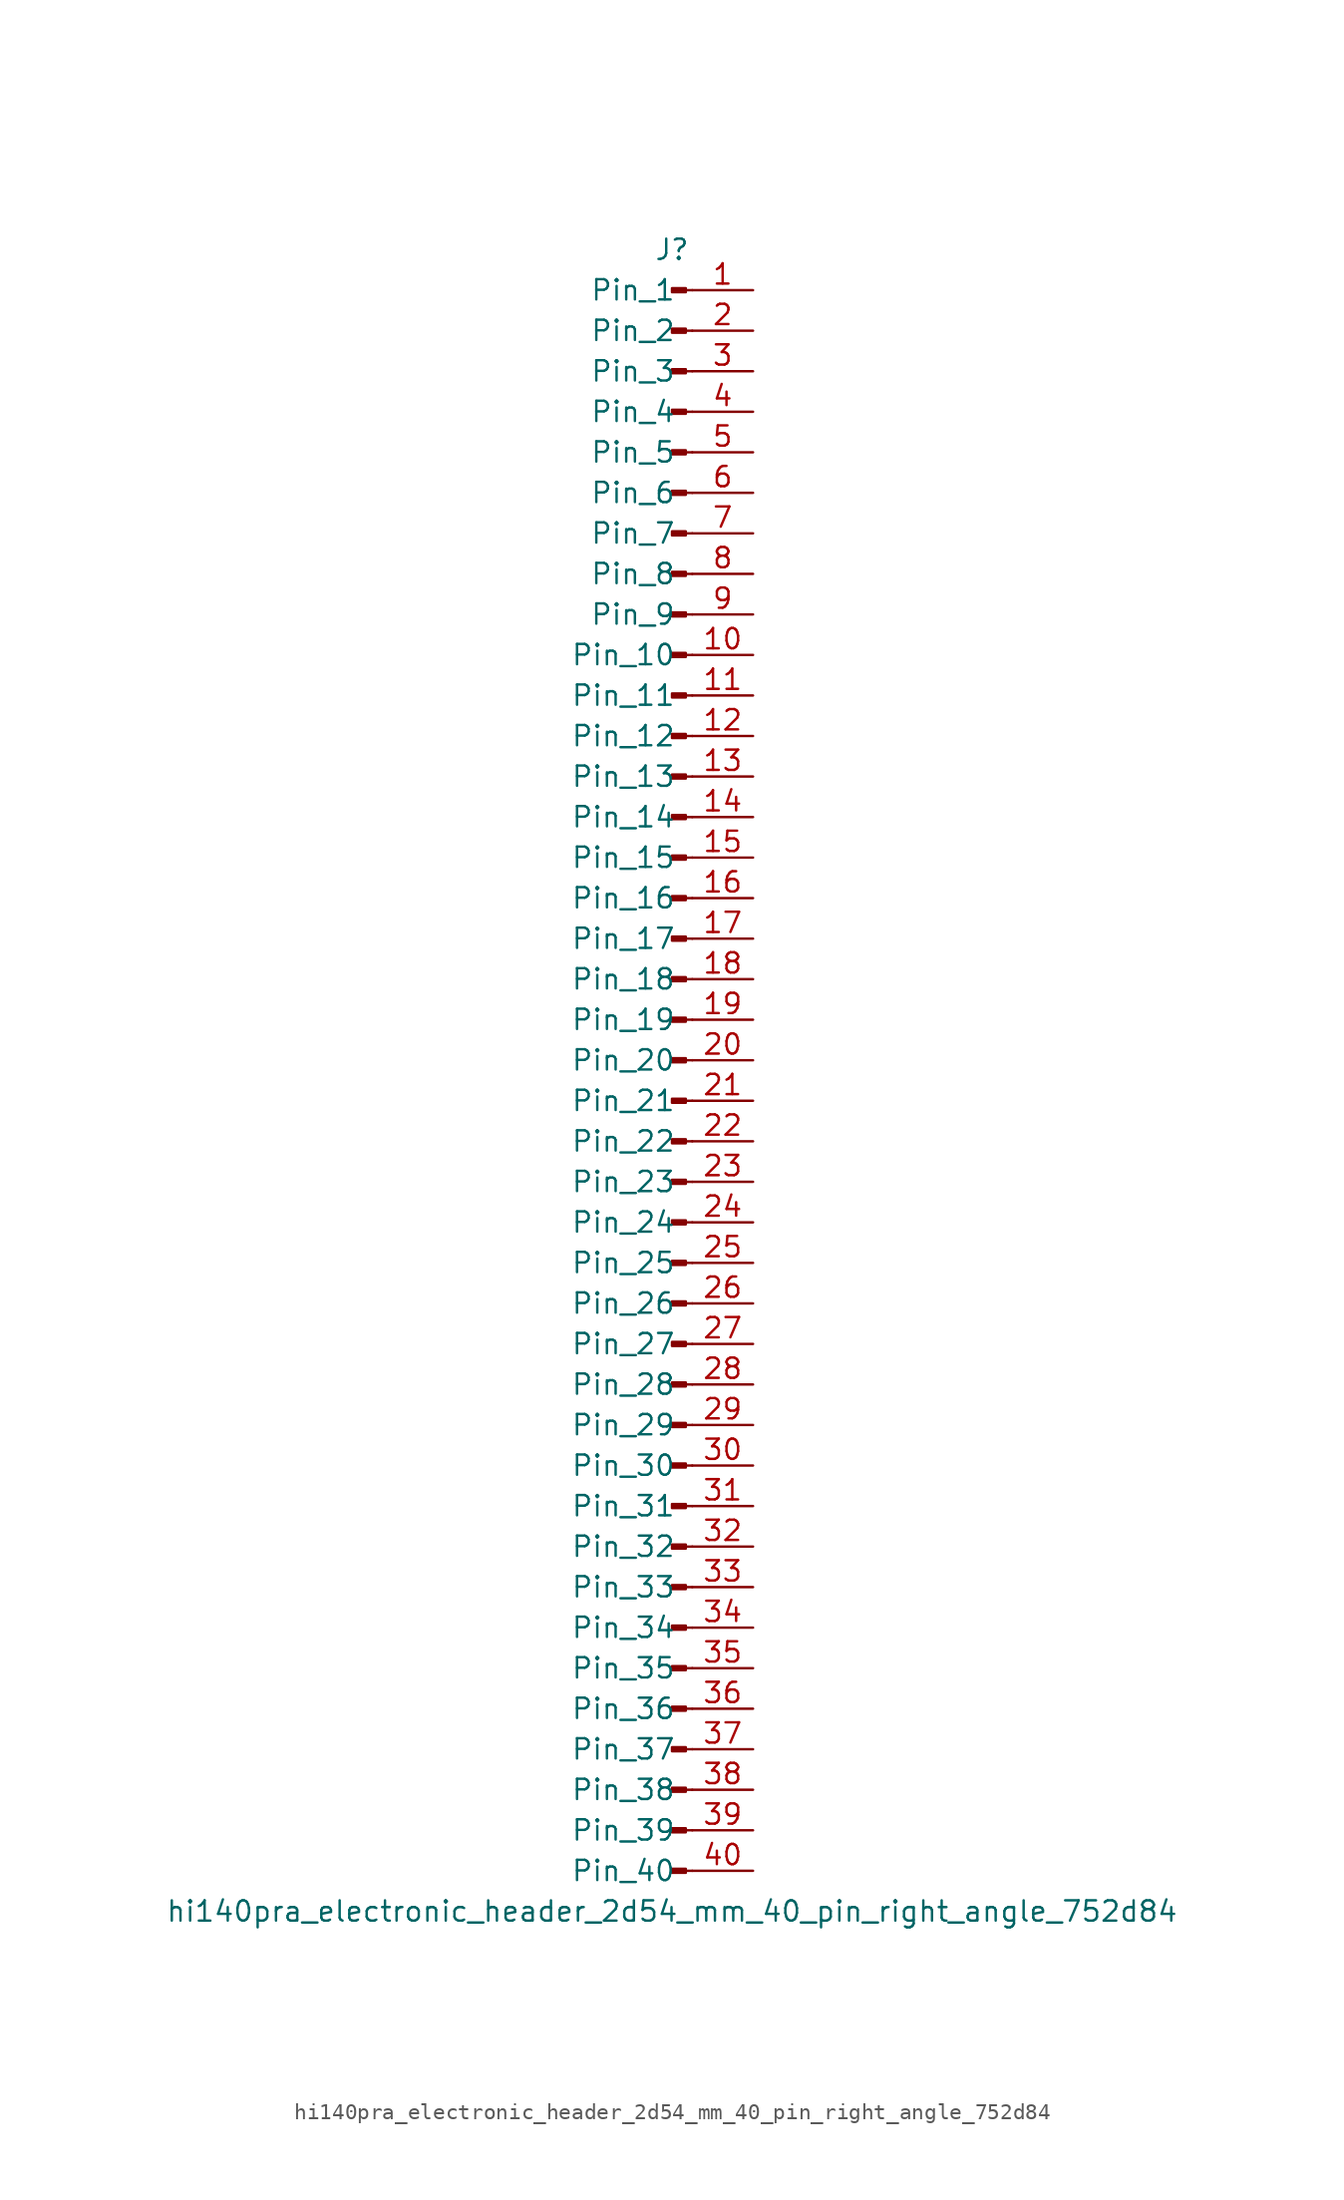
<source format=kicad_sym>
(kicad_symbol_lib
  (version 20220914)
  (generator kicad_symbol_editor)
  (symbol "hi140pra_electronic_header_2d54_mm_40_pin_right_angle_752d84"
    (pin_names
      (offset 1.016))
    (property "Reference" "J"
      (at 0 50.8 0)
      (effects (font (size 1.27 1.27))))
    (property "Value" "hi140pra_electronic_header_2d54_mm_40_pin_right_angle_752d84"
      (at 0 -53.34 0)
      (effects (font (size 1.27 1.27))))
    (property "ki_locked" ""
      (at 0 0 0)
      (effects (font (size 1.27 1.27))))
    (symbol "hi140pra_electronic_header_2d54_mm_40_pin_right_angle_752d84_1_1"
      (polyline (pts (xy 1.27 -50.8) (xy 0.864 -50.8)) (stroke (width 0.152) (type default)) (fill (type none)))
      (polyline (pts (xy 1.27 -48.26) (xy 0.864 -48.26)) (stroke (width 0.152) (type default)) (fill (type none)))
      (polyline (pts (xy 1.27 -45.72) (xy 0.864 -45.72)) (stroke (width 0.152) (type default)) (fill (type none)))
      (polyline (pts (xy 1.27 -43.18) (xy 0.864 -43.18)) (stroke (width 0.152) (type default)) (fill (type none)))
      (polyline (pts (xy 1.27 -40.64) (xy 0.864 -40.64)) (stroke (width 0.152) (type default)) (fill (type none)))
      (polyline (pts (xy 1.27 -38.1) (xy 0.864 -38.1)) (stroke (width 0.152) (type default)) (fill (type none)))
      (polyline (pts (xy 1.27 -35.56) (xy 0.864 -35.56)) (stroke (width 0.152) (type default)) (fill (type none)))
      (polyline (pts (xy 1.27 -33.02) (xy 0.864 -33.02)) (stroke (width 0.152) (type default)) (fill (type none)))
      (polyline (pts (xy 1.27 -30.48) (xy 0.864 -30.48)) (stroke (width 0.152) (type default)) (fill (type none)))
      (polyline (pts (xy 1.27 -27.94) (xy 0.864 -27.94)) (stroke (width 0.152) (type default)) (fill (type none)))
      (polyline (pts (xy 1.27 -25.4) (xy 0.864 -25.4)) (stroke (width 0.152) (type default)) (fill (type none)))
      (polyline (pts (xy 1.27 -22.86) (xy 0.864 -22.86)) (stroke (width 0.152) (type default)) (fill (type none)))
      (polyline (pts (xy 1.27 -20.32) (xy 0.864 -20.32)) (stroke (width 0.152) (type default)) (fill (type none)))
      (polyline (pts (xy 1.27 -17.78) (xy 0.864 -17.78)) (stroke (width 0.152) (type default)) (fill (type none)))
      (polyline (pts (xy 1.27 -15.24) (xy 0.864 -15.24)) (stroke (width 0.152) (type default)) (fill (type none)))
      (polyline (pts (xy 1.27 -12.7) (xy 0.864 -12.7)) (stroke (width 0.152) (type default)) (fill (type none)))
      (polyline (pts (xy 1.27 -10.16) (xy 0.864 -10.16)) (stroke (width 0.152) (type default)) (fill (type none)))
      (polyline (pts (xy 1.27 -7.62) (xy 0.864 -7.62)) (stroke (width 0.152) (type default)) (fill (type none)))
      (polyline (pts (xy 1.27 -5.08) (xy 0.864 -5.08)) (stroke (width 0.152) (type default)) (fill (type none)))
      (polyline (pts (xy 1.27 -2.54) (xy 0.864 -2.54)) (stroke (width 0.152) (type default)) (fill (type none)))
      (polyline (pts (xy 1.27 0) (xy 0.864 0)) (stroke (width 0.152) (type default)) (fill (type none)))
      (polyline (pts (xy 1.27 2.54) (xy 0.864 2.54)) (stroke (width 0.152) (type default)) (fill (type none)))
      (polyline (pts (xy 1.27 5.08) (xy 0.864 5.08)) (stroke (width 0.152) (type default)) (fill (type none)))
      (polyline (pts (xy 1.27 7.62) (xy 0.864 7.62)) (stroke (width 0.152) (type default)) (fill (type none)))
      (polyline (pts (xy 1.27 10.16) (xy 0.864 10.16)) (stroke (width 0.152) (type default)) (fill (type none)))
      (polyline (pts (xy 1.27 12.7) (xy 0.864 12.7)) (stroke (width 0.152) (type default)) (fill (type none)))
      (polyline (pts (xy 1.27 15.24) (xy 0.864 15.24)) (stroke (width 0.152) (type default)) (fill (type none)))
      (polyline (pts (xy 1.27 17.78) (xy 0.864 17.78)) (stroke (width 0.152) (type default)) (fill (type none)))
      (polyline (pts (xy 1.27 20.32) (xy 0.864 20.32)) (stroke (width 0.152) (type default)) (fill (type none)))
      (polyline (pts (xy 1.27 22.86) (xy 0.864 22.86)) (stroke (width 0.152) (type default)) (fill (type none)))
      (polyline (pts (xy 1.27 25.4) (xy 0.864 25.4)) (stroke (width 0.152) (type default)) (fill (type none)))
      (polyline (pts (xy 1.27 27.94) (xy 0.864 27.94)) (stroke (width 0.152) (type default)) (fill (type none)))
      (polyline (pts (xy 1.27 30.48) (xy 0.864 30.48)) (stroke (width 0.152) (type default)) (fill (type none)))
      (polyline (pts (xy 1.27 33.02) (xy 0.864 33.02)) (stroke (width 0.152) (type default)) (fill (type none)))
      (polyline (pts (xy 1.27 35.56) (xy 0.864 35.56)) (stroke (width 0.152) (type default)) (fill (type none)))
      (polyline (pts (xy 1.27 38.1) (xy 0.864 38.1)) (stroke (width 0.152) (type default)) (fill (type none)))
      (polyline (pts (xy 1.27 40.64) (xy 0.864 40.64)) (stroke (width 0.152) (type default)) (fill (type none)))
      (polyline (pts (xy 1.27 43.18) (xy 0.864 43.18)) (stroke (width 0.152) (type default)) (fill (type none)))
      (polyline (pts (xy 1.27 45.72) (xy 0.864 45.72)) (stroke (width 0.152) (type default)) (fill (type none)))
      (polyline (pts (xy 1.27 48.26) (xy 0.864 48.26)) (stroke (width 0.152) (type default)) (fill (type none)))
      (rectangle (start 0.864 -50.673) (end 0 -50.927) (stroke (width 0.152) (type default)) (fill (type outline)))
      (rectangle (start 0.864 -48.133) (end 0 -48.387) (stroke (width 0.152) (type default)) (fill (type outline)))
      (rectangle (start 0.864 -45.593) (end 0 -45.847) (stroke (width 0.152) (type default)) (fill (type outline)))
      (rectangle (start 0.864 -43.053) (end 0 -43.307) (stroke (width 0.152) (type default)) (fill (type outline)))
      (rectangle (start 0.864 -40.513) (end 0 -40.767) (stroke (width 0.152) (type default)) (fill (type outline)))
      (rectangle (start 0.864 -37.973) (end 0 -38.227) (stroke (width 0.152) (type default)) (fill (type outline)))
      (rectangle (start 0.864 -35.433) (end 0 -35.687) (stroke (width 0.152) (type default)) (fill (type outline)))
      (rectangle (start 0.864 -32.893) (end 0 -33.147) (stroke (width 0.152) (type default)) (fill (type outline)))
      (rectangle (start 0.864 -30.353) (end 0 -30.607) (stroke (width 0.152) (type default)) (fill (type outline)))
      (rectangle (start 0.864 -27.813) (end 0 -28.067) (stroke (width 0.152) (type default)) (fill (type outline)))
      (rectangle (start 0.864 -25.273) (end 0 -25.527) (stroke (width 0.152) (type default)) (fill (type outline)))
      (rectangle (start 0.864 -22.733) (end 0 -22.987) (stroke (width 0.152) (type default)) (fill (type outline)))
      (rectangle (start 0.864 -20.193) (end 0 -20.447) (stroke (width 0.152) (type default)) (fill (type outline)))
      (rectangle (start 0.864 -17.653) (end 0 -17.907) (stroke (width 0.152) (type default)) (fill (type outline)))
      (rectangle (start 0.864 -15.113) (end 0 -15.367) (stroke (width 0.152) (type default)) (fill (type outline)))
      (rectangle (start 0.864 -12.573) (end 0 -12.827) (stroke (width 0.152) (type default)) (fill (type outline)))
      (rectangle (start 0.864 -10.033) (end 0 -10.287) (stroke (width 0.152) (type default)) (fill (type outline)))
      (rectangle (start 0.864 -7.493) (end 0 -7.747) (stroke (width 0.152) (type default)) (fill (type outline)))
      (rectangle (start 0.864 -4.953) (end 0 -5.207) (stroke (width 0.152) (type default)) (fill (type outline)))
      (rectangle (start 0.864 -2.413) (end 0 -2.667) (stroke (width 0.152) (type default)) (fill (type outline)))
      (rectangle (start 0.864 0.127) (end 0 -0.127) (stroke (width 0.152) (type default)) (fill (type outline)))
      (rectangle (start 0.864 2.667) (end 0 2.413) (stroke (width 0.152) (type default)) (fill (type outline)))
      (rectangle (start 0.864 5.207) (end 0 4.953) (stroke (width 0.152) (type default)) (fill (type outline)))
      (rectangle (start 0.864 7.747) (end 0 7.493) (stroke (width 0.152) (type default)) (fill (type outline)))
      (rectangle (start 0.864 10.287) (end 0 10.033) (stroke (width 0.152) (type default)) (fill (type outline)))
      (rectangle (start 0.864 12.827) (end 0 12.573) (stroke (width 0.152) (type default)) (fill (type outline)))
      (rectangle (start 0.864 15.367) (end 0 15.113) (stroke (width 0.152) (type default)) (fill (type outline)))
      (rectangle (start 0.864 17.907) (end 0 17.653) (stroke (width 0.152) (type default)) (fill (type outline)))
      (rectangle (start 0.864 20.447) (end 0 20.193) (stroke (width 0.152) (type default)) (fill (type outline)))
      (rectangle (start 0.864 22.987) (end 0 22.733) (stroke (width 0.152) (type default)) (fill (type outline)))
      (rectangle (start 0.864 25.527) (end 0 25.273) (stroke (width 0.152) (type default)) (fill (type outline)))
      (rectangle (start 0.864 28.067) (end 0 27.813) (stroke (width 0.152) (type default)) (fill (type outline)))
      (rectangle (start 0.864 30.607) (end 0 30.353) (stroke (width 0.152) (type default)) (fill (type outline)))
      (rectangle (start 0.864 33.147) (end 0 32.893) (stroke (width 0.152) (type default)) (fill (type outline)))
      (rectangle (start 0.864 35.687) (end 0 35.433) (stroke (width 0.152) (type default)) (fill (type outline)))
      (rectangle (start 0.864 38.227) (end 0 37.973) (stroke (width 0.152) (type default)) (fill (type outline)))
      (rectangle (start 0.864 40.767) (end 0 40.513) (stroke (width 0.152) (type default)) (fill (type outline)))
      (rectangle (start 0.864 43.307) (end 0 43.053) (stroke (width 0.152) (type default)) (fill (type outline)))
      (rectangle (start 0.864 45.847) (end 0 45.593) (stroke (width 0.152) (type default)) (fill (type outline)))
      (rectangle (start 0.864 48.387) (end 0 48.133) (stroke (width 0.152) (type default)) (fill (type outline)))
      (pin passive line (at 5.08 48.26 180) (length 3.81) (name "Pin_1" (effects (font (size 1.27 1.27)))) (number "1" (effects (font (size 1.27 1.27)))))
      (pin passive line (at 5.08 25.4 180) (length 3.81) (name "Pin_10" (effects (font (size 1.27 1.27)))) (number "10" (effects (font (size 1.27 1.27)))))
      (pin passive line (at 5.08 22.86 180) (length 3.81) (name "Pin_11" (effects (font (size 1.27 1.27)))) (number "11" (effects (font (size 1.27 1.27)))))
      (pin passive line (at 5.08 20.32 180) (length 3.81) (name "Pin_12" (effects (font (size 1.27 1.27)))) (number "12" (effects (font (size 1.27 1.27)))))
      (pin passive line (at 5.08 17.78 180) (length 3.81) (name "Pin_13" (effects (font (size 1.27 1.27)))) (number "13" (effects (font (size 1.27 1.27)))))
      (pin passive line (at 5.08 15.24 180) (length 3.81) (name "Pin_14" (effects (font (size 1.27 1.27)))) (number "14" (effects (font (size 1.27 1.27)))))
      (pin passive line (at 5.08 12.7 180) (length 3.81) (name "Pin_15" (effects (font (size 1.27 1.27)))) (number "15" (effects (font (size 1.27 1.27)))))
      (pin passive line (at 5.08 10.16 180) (length 3.81) (name "Pin_16" (effects (font (size 1.27 1.27)))) (number "16" (effects (font (size 1.27 1.27)))))
      (pin passive line (at 5.08 7.62 180) (length 3.81) (name "Pin_17" (effects (font (size 1.27 1.27)))) (number "17" (effects (font (size 1.27 1.27)))))
      (pin passive line (at 5.08 5.08 180) (length 3.81) (name "Pin_18" (effects (font (size 1.27 1.27)))) (number "18" (effects (font (size 1.27 1.27)))))
      (pin passive line (at 5.08 2.54 180) (length 3.81) (name "Pin_19" (effects (font (size 1.27 1.27)))) (number "19" (effects (font (size 1.27 1.27)))))
      (pin passive line (at 5.08 45.72 180) (length 3.81) (name "Pin_2" (effects (font (size 1.27 1.27)))) (number "2" (effects (font (size 1.27 1.27)))))
      (pin passive line (at 5.08 0 180) (length 3.81) (name "Pin_20" (effects (font (size 1.27 1.27)))) (number "20" (effects (font (size 1.27 1.27)))))
      (pin passive line (at 5.08 -2.54 180) (length 3.81) (name "Pin_21" (effects (font (size 1.27 1.27)))) (number "21" (effects (font (size 1.27 1.27)))))
      (pin passive line (at 5.08 -5.08 180) (length 3.81) (name "Pin_22" (effects (font (size 1.27 1.27)))) (number "22" (effects (font (size 1.27 1.27)))))
      (pin passive line (at 5.08 -7.62 180) (length 3.81) (name "Pin_23" (effects (font (size 1.27 1.27)))) (number "23" (effects (font (size 1.27 1.27)))))
      (pin passive line (at 5.08 -10.16 180) (length 3.81) (name "Pin_24" (effects (font (size 1.27 1.27)))) (number "24" (effects (font (size 1.27 1.27)))))
      (pin passive line (at 5.08 -12.7 180) (length 3.81) (name "Pin_25" (effects (font (size 1.27 1.27)))) (number "25" (effects (font (size 1.27 1.27)))))
      (pin passive line (at 5.08 -15.24 180) (length 3.81) (name "Pin_26" (effects (font (size 1.27 1.27)))) (number "26" (effects (font (size 1.27 1.27)))))
      (pin passive line (at 5.08 -17.78 180) (length 3.81) (name "Pin_27" (effects (font (size 1.27 1.27)))) (number "27" (effects (font (size 1.27 1.27)))))
      (pin passive line (at 5.08 -20.32 180) (length 3.81) (name "Pin_28" (effects (font (size 1.27 1.27)))) (number "28" (effects (font (size 1.27 1.27)))))
      (pin passive line (at 5.08 -22.86 180) (length 3.81) (name "Pin_29" (effects (font (size 1.27 1.27)))) (number "29" (effects (font (size 1.27 1.27)))))
      (pin passive line (at 5.08 43.18 180) (length 3.81) (name "Pin_3" (effects (font (size 1.27 1.27)))) (number "3" (effects (font (size 1.27 1.27)))))
      (pin passive line (at 5.08 -25.4 180) (length 3.81) (name "Pin_30" (effects (font (size 1.27 1.27)))) (number "30" (effects (font (size 1.27 1.27)))))
      (pin passive line (at 5.08 -27.94 180) (length 3.81) (name "Pin_31" (effects (font (size 1.27 1.27)))) (number "31" (effects (font (size 1.27 1.27)))))
      (pin passive line (at 5.08 -30.48 180) (length 3.81) (name "Pin_32" (effects (font (size 1.27 1.27)))) (number "32" (effects (font (size 1.27 1.27)))))
      (pin passive line (at 5.08 -33.02 180) (length 3.81) (name "Pin_33" (effects (font (size 1.27 1.27)))) (number "33" (effects (font (size 1.27 1.27)))))
      (pin passive line (at 5.08 -35.56 180) (length 3.81) (name "Pin_34" (effects (font (size 1.27 1.27)))) (number "34" (effects (font (size 1.27 1.27)))))
      (pin passive line (at 5.08 -38.1 180) (length 3.81) (name "Pin_35" (effects (font (size 1.27 1.27)))) (number "35" (effects (font (size 1.27 1.27)))))
      (pin passive line (at 5.08 -40.64 180) (length 3.81) (name "Pin_36" (effects (font (size 1.27 1.27)))) (number "36" (effects (font (size 1.27 1.27)))))
      (pin passive line (at 5.08 -43.18 180) (length 3.81) (name "Pin_37" (effects (font (size 1.27 1.27)))) (number "37" (effects (font (size 1.27 1.27)))))
      (pin passive line (at 5.08 -45.72 180) (length 3.81) (name "Pin_38" (effects (font (size 1.27 1.27)))) (number "38" (effects (font (size 1.27 1.27)))))
      (pin passive line (at 5.08 -48.26 180) (length 3.81) (name "Pin_39" (effects (font (size 1.27 1.27)))) (number "39" (effects (font (size 1.27 1.27)))))
      (pin passive line (at 5.08 40.64 180) (length 3.81) (name "Pin_4" (effects (font (size 1.27 1.27)))) (number "4" (effects (font (size 1.27 1.27)))))
      (pin passive line (at 5.08 -50.8 180) (length 3.81) (name "Pin_40" (effects (font (size 1.27 1.27)))) (number "40" (effects (font (size 1.27 1.27)))))
      (pin passive line (at 5.08 38.1 180) (length 3.81) (name "Pin_5" (effects (font (size 1.27 1.27)))) (number "5" (effects (font (size 1.27 1.27)))))
      (pin passive line (at 5.08 35.56 180) (length 3.81) (name "Pin_6" (effects (font (size 1.27 1.27)))) (number "6" (effects (font (size 1.27 1.27)))))
      (pin passive line (at 5.08 33.02 180) (length 3.81) (name "Pin_7" (effects (font (size 1.27 1.27)))) (number "7" (effects (font (size 1.27 1.27)))))
      (pin passive line (at 5.08 30.48 180) (length 3.81) (name "Pin_8" (effects (font (size 1.27 1.27)))) (number "8" (effects (font (size 1.27 1.27)))))
      (pin passive line (at 5.08 27.94 180) (length 3.81) (name "Pin_9" (effects (font (size 1.27 1.27)))) (number "9" (effects (font (size 1.27 1.27))))))))
</source>
